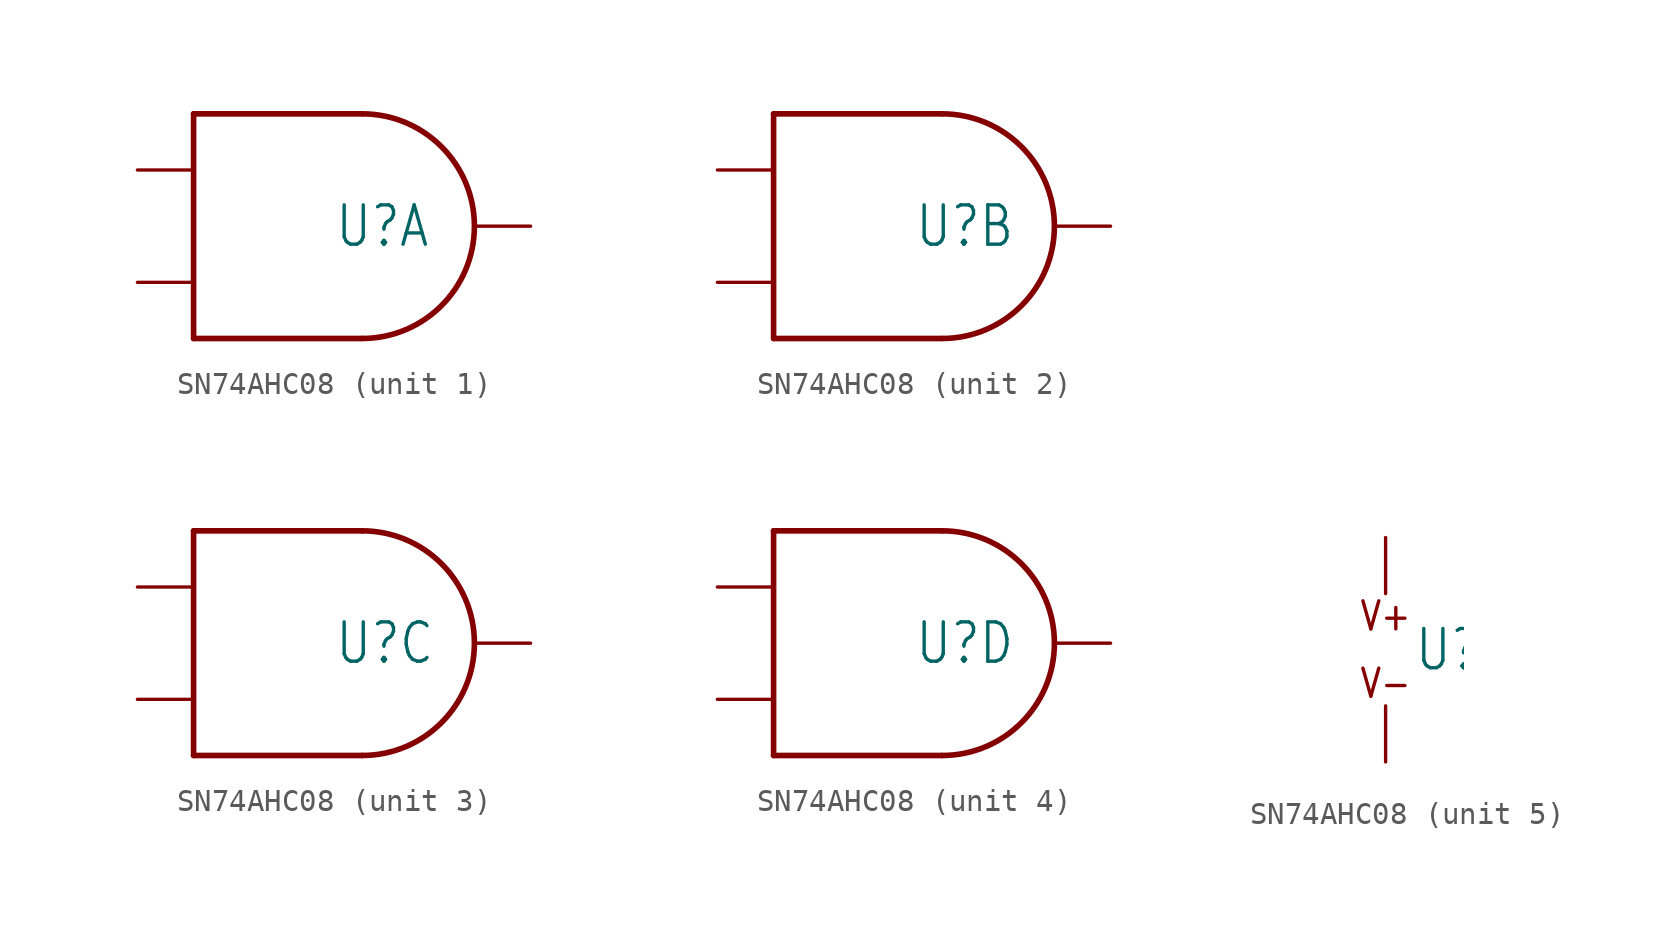
<source format=kicad_sym>
(kicad_symbol_lib
  (version 20220914)
  (generator kicad_symbol_editor)
  (symbol "SN74AHC08"
    (property "Reference" "U"
      (at 1.27 0 0)
      (effects (font (size 1.778 1.511)) (justify left)))
    (property "ki_locked" ""
      (at 0 0 0)
      (effects (font (size 1.27 1.27))))
    (symbol "SN74AHC08_1_0"
      (polyline (pts (xy -5.08 -5.08) (xy 2.54 -5.08)) (stroke (width 0.254) (type solid)) (fill (type none)))
      (polyline (pts (xy -5.08 5.08) (xy -5.08 -5.08)) (stroke (width 0.254) (type solid)) (fill (type none)))
      (polyline (pts (xy -5.08 5.08) (xy 2.54 5.08)) (stroke (width 0.254) (type solid)) (fill (type none)))
      (arc (start 2.5398 -5.08) (mid 7.6199 -0.0001) (end 2.54 5.08) (stroke (width 0.254) (type solid)) (fill (type none)))
      (pin input line (at -7.62 2.54 0) (length 2.54) (name "A" (effects (font (size 0 0)))) (number "1" (effects (font (size 0 0)))))
      (pin input line (at -7.62 -2.54 0) (length 2.54) (name "B" (effects (font (size 0 0)))) (number "2" (effects (font (size 0 0)))))
      (pin bidirectional line (at 10.16 0 180) (length 2.54) (name "Y" (effects (font (size 0 0)))) (number "3" (effects (font (size 0 0))))))
    (symbol "SN74AHC08_2_0"
      (polyline (pts (xy -5.08 -5.08) (xy 2.54 -5.08)) (stroke (width 0.254) (type solid)) (fill (type none)))
      (polyline (pts (xy -5.08 5.08) (xy -5.08 -5.08)) (stroke (width 0.254) (type solid)) (fill (type none)))
      (polyline (pts (xy -5.08 5.08) (xy 2.54 5.08)) (stroke (width 0.254) (type solid)) (fill (type none)))
      (arc (start 2.5398 -5.08) (mid 7.6199 -0.0001) (end 2.54 5.08) (stroke (width 0.254) (type solid)) (fill (type none)))
      (pin input line (at -7.62 2.54 0) (length 2.54) (name "A" (effects (font (size 0 0)))) (number "4" (effects (font (size 0 0)))))
      (pin input line (at -7.62 -2.54 0) (length 2.54) (name "B" (effects (font (size 0 0)))) (number "5" (effects (font (size 0 0)))))
      (pin bidirectional line (at 10.16 0 180) (length 2.54) (name "Y" (effects (font (size 0 0)))) (number "6" (effects (font (size 0 0))))))
    (symbol "SN74AHC08_3_0"
      (polyline (pts (xy -5.08 -5.08) (xy 2.54 -5.08)) (stroke (width 0.254) (type solid)) (fill (type none)))
      (polyline (pts (xy -5.08 5.08) (xy -5.08 -5.08)) (stroke (width 0.254) (type solid)) (fill (type none)))
      (polyline (pts (xy -5.08 5.08) (xy 2.54 5.08)) (stroke (width 0.254) (type solid)) (fill (type none)))
      (arc (start 2.5398 -5.08) (mid 7.6199 -0.0001) (end 2.54 5.08) (stroke (width 0.254) (type solid)) (fill (type none)))
      (pin input line (at -7.62 -2.54 0) (length 2.54) (name "B" (effects (font (size 0 0)))) (number "10" (effects (font (size 0 0)))))
      (pin bidirectional line (at 10.16 0 180) (length 2.54) (name "Y" (effects (font (size 0 0)))) (number "8" (effects (font (size 0 0)))))
      (pin input line (at -7.62 2.54 0) (length 2.54) (name "A" (effects (font (size 0 0)))) (number "9" (effects (font (size 0 0))))))
    (symbol "SN74AHC08_4_0"
      (polyline (pts (xy -5.08 -5.08) (xy 2.54 -5.08)) (stroke (width 0.254) (type solid)) (fill (type none)))
      (polyline (pts (xy -5.08 5.08) (xy -5.08 -5.08)) (stroke (width 0.254) (type solid)) (fill (type none)))
      (polyline (pts (xy -5.08 5.08) (xy 2.54 5.08)) (stroke (width 0.254) (type solid)) (fill (type none)))
      (arc (start 2.5398 -5.08) (mid 7.6199 -0.0001) (end 2.54 5.08) (stroke (width 0.254) (type solid)) (fill (type none)))
      (pin bidirectional line (at 10.16 0 180) (length 2.54) (name "Y" (effects (font (size 0 0)))) (number "11" (effects (font (size 0 0)))))
      (pin input line (at -7.62 2.54 0) (length 2.54) (name "A" (effects (font (size 0 0)))) (number "12" (effects (font (size 0 0)))))
      (pin input line (at -7.62 -2.54 0) (length 2.54) (name "B" (effects (font (size 0 0)))) (number "13" (effects (font (size 0 0))))))
    (symbol "SN74AHC08_5_0"
      (text "V+" (at 0 1.524 0) (effects (font (size 1.27 1.079))))
      (text "V-" (at 0 -1.524 0) (effects (font (size 1.27 1.079))))
      (pin bidirectional line (at 0 5.08 270) (length 2.54) (name "V+" (effects (font (size 0 0)))) (number "14" (effects (font (size 0 0)))))
      (pin bidirectional line (at 0 -5.08 90) (length 2.54) (name "V-" (effects (font (size 0 0)))) (number "7" (effects (font (size 0 0))))))))
</source>
